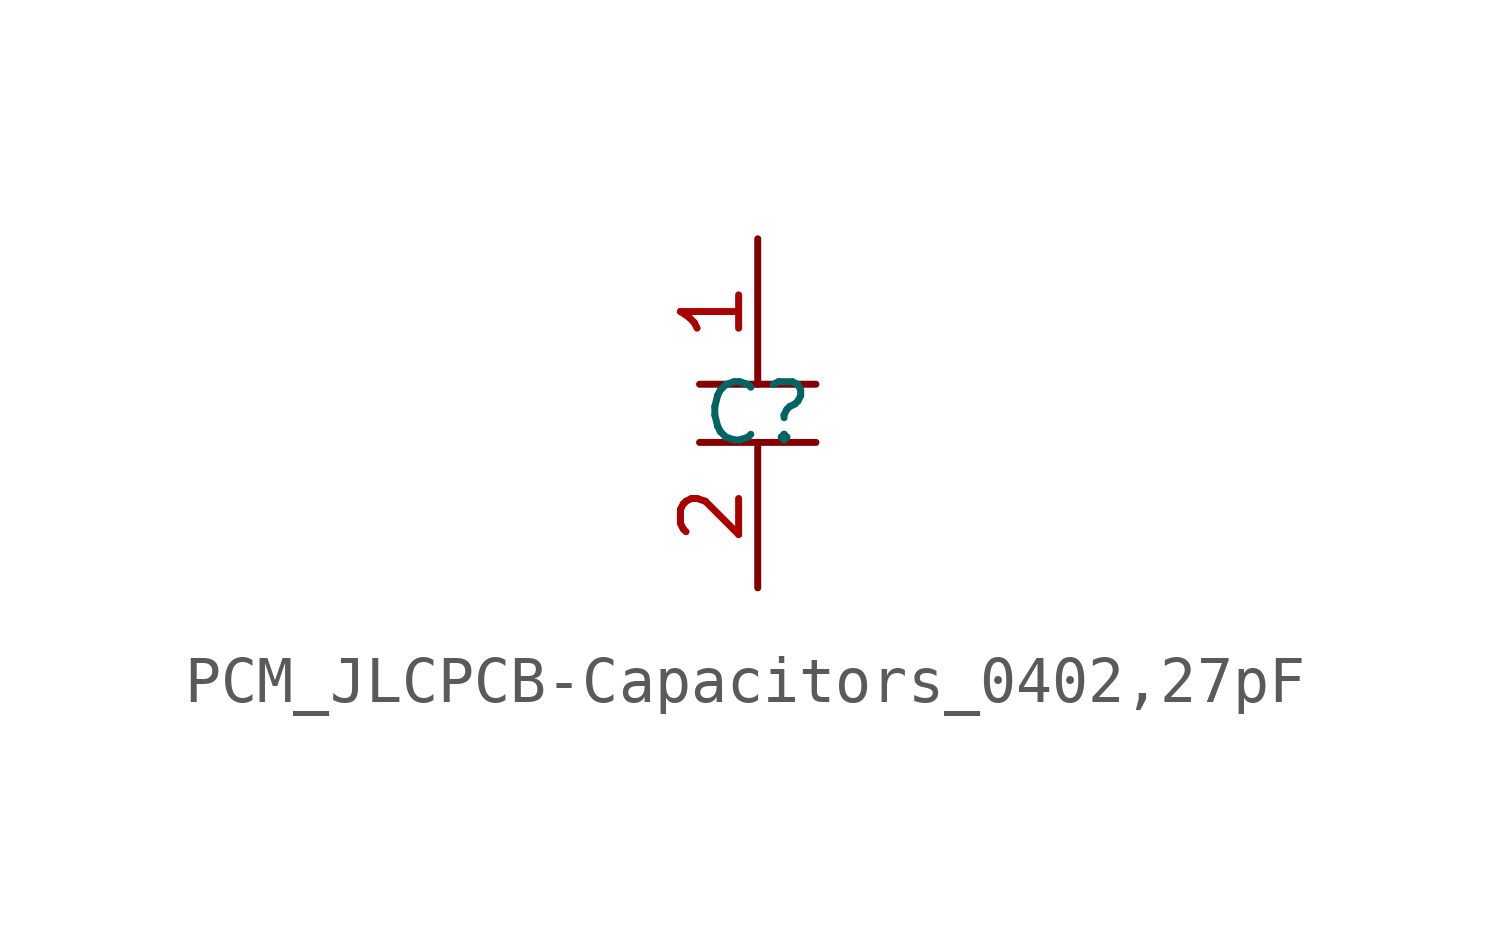
<source format=kicad_sym>
(kicad_symbol_lib
  (version 20241209)
  (generator "kicad_symbol_editor")
  (generator_version "9.0")
  (symbol "PCM_JLCPCB-Capacitors_0402,27pF"
    (property "Reference" "C"
      (at 0 0 0)
      (effects (font (size 1.27 1.27))))
    (symbol "PCM_JLCPCB-Capacitors_0402,27pF_1_0"
      (polyline (pts (xy -1.27 0.635) (xy 1.27 0.635)) (stroke (width 0) (type default)) (fill (type none)))
      (polyline (pts (xy -1.27 -0.635) (xy 1.27 -0.635)) (stroke (width 0) (type default)) (fill (type none)))
      (pin unspecified line (at 0 3.81 270) (length 3.175) (name "~" (effects (font (size 1.27 1.27)))) (number "1" (effects (font (size 1.27 1.27)))))
      (pin unspecified line (at 0 -3.81 90) (length 3.175) (name "~" (effects (font (size 1.27 1.27)))) (number "2" (effects (font (size 1.27 1.27))))))))
</source>
